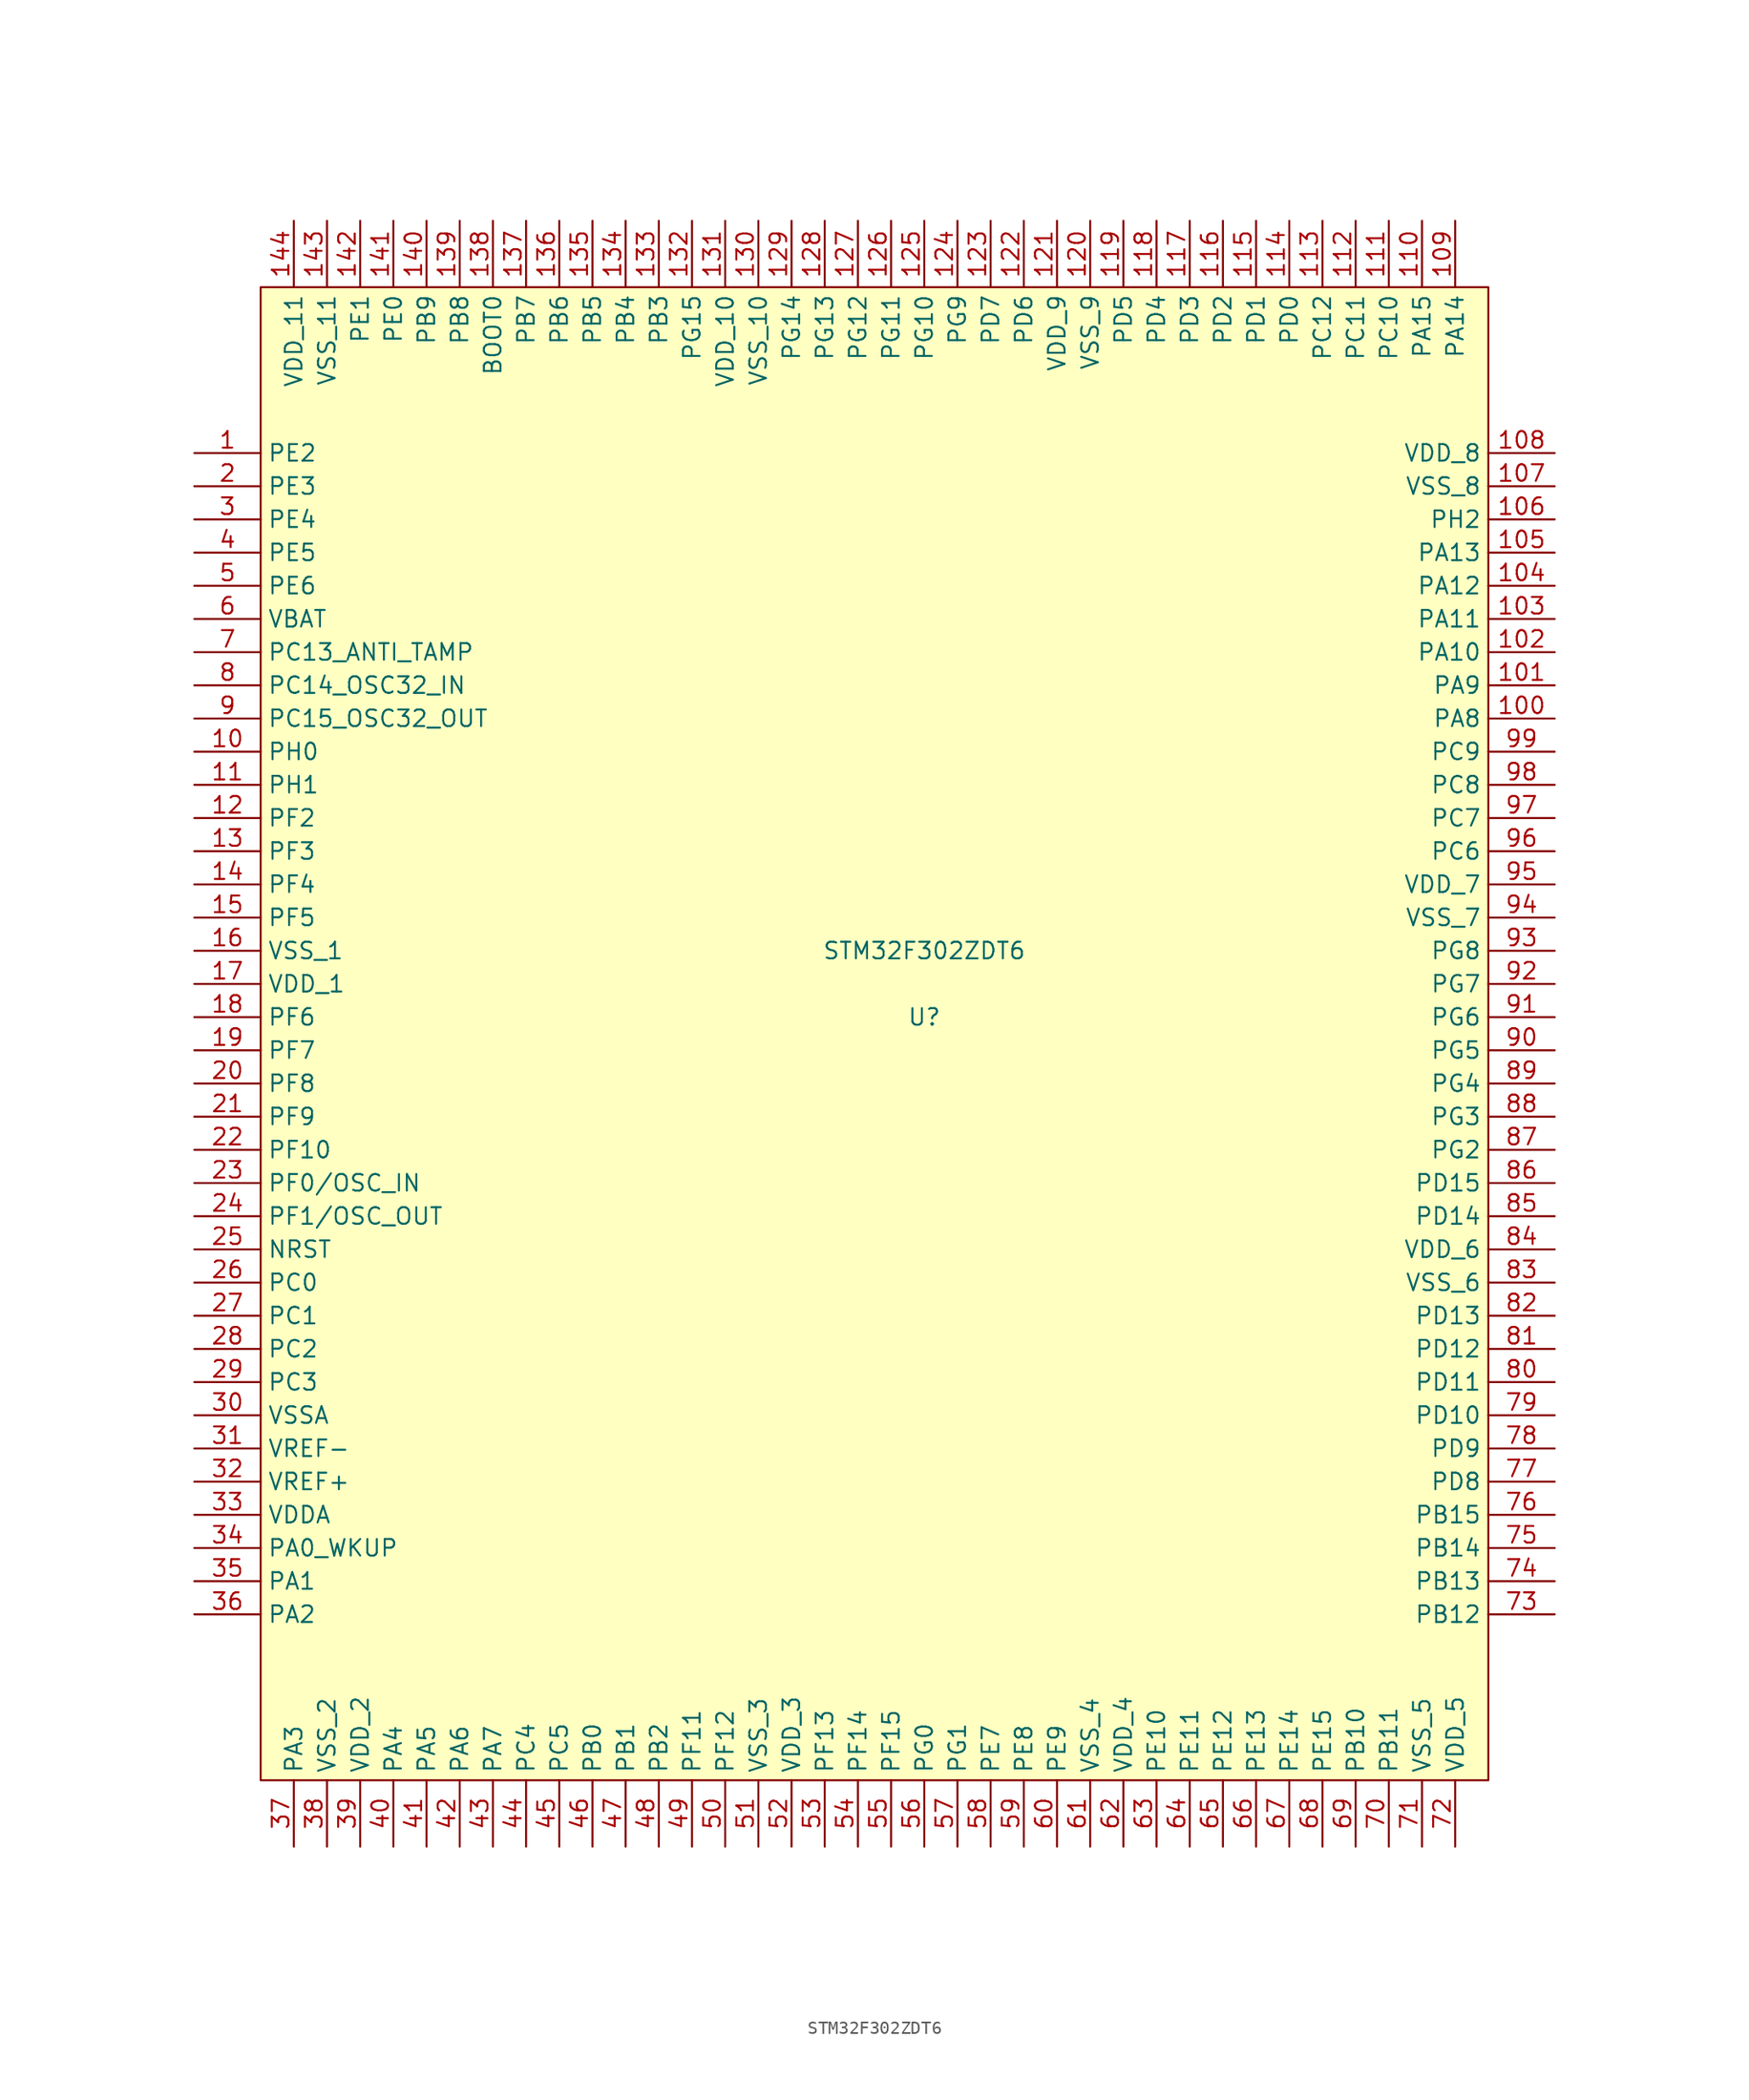
<source format=kicad_sym>
(kicad_symbol_lib
  (version 20201005)
  (generator kicad_symbol_editor)
  (symbol "Halfgelijders:STM32F302ZDT6"
    (property "Reference" "U"
      (at 0 0 0)
      (effects (font (size 1.27 1.27))))
    (property "Value" "STM32F302ZDT6"
      (at 0 5.08 0)
      (effects (font (size 1.27 1.27))))
    (symbol "STM32F302ZDT6_0_0"
      (pin passive line (at -55.88 43.18 0) (length 5.08) (name "PE2" (effects (font (size 1.27 1.27)))) (number "1" (effects (font (size 1.27 1.27)))))
      (pin passive line (at -55.88 20.32 0) (length 5.08) (name "PH0" (effects (font (size 1.27 1.27)))) (number "10" (effects (font (size 1.27 1.27)))))
      (pin passive line (at 48.26 22.86 180) (length 5.08) (name "PA8" (effects (font (size 1.27 1.27)))) (number "100" (effects (font (size 1.27 1.27)))))
      (pin passive line (at 48.26 25.4 180) (length 5.08) (name "PA9" (effects (font (size 1.27 1.27)))) (number "101" (effects (font (size 1.27 1.27)))))
      (pin passive line (at 48.26 27.94 180) (length 5.08) (name "PA10" (effects (font (size 1.27 1.27)))) (number "102" (effects (font (size 1.27 1.27)))))
      (pin passive line (at 48.26 30.48 180) (length 5.08) (name "PA11" (effects (font (size 1.27 1.27)))) (number "103" (effects (font (size 1.27 1.27)))))
      (pin passive line (at 48.26 33.02 180) (length 5.08) (name "PA12" (effects (font (size 1.27 1.27)))) (number "104" (effects (font (size 1.27 1.27)))))
      (pin passive line (at 48.26 35.56 180) (length 5.08) (name "PA13" (effects (font (size 1.27 1.27)))) (number "105" (effects (font (size 1.27 1.27)))))
      (pin passive line (at 48.26 38.1 180) (length 5.08) (name "PH2" (effects (font (size 1.27 1.27)))) (number "106" (effects (font (size 1.27 1.27)))))
      (pin passive line (at 48.26 40.64 180) (length 5.08) (name "VSS_8" (effects (font (size 1.27 1.27)))) (number "107" (effects (font (size 1.27 1.27)))))
      (pin passive line (at 48.26 43.18 180) (length 5.08) (name "VDD_8" (effects (font (size 1.27 1.27)))) (number "108" (effects (font (size 1.27 1.27)))))
      (pin passive line (at 40.64 60.96 270) (length 5.08) (name "PA14" (effects (font (size 1.27 1.27)))) (number "109" (effects (font (size 1.27 1.27)))))
      (pin passive line (at -55.88 17.78 0) (length 5.08) (name "PH1" (effects (font (size 1.27 1.27)))) (number "11" (effects (font (size 1.27 1.27)))))
      (pin passive line (at 38.1 60.96 270) (length 5.08) (name "PA15" (effects (font (size 1.27 1.27)))) (number "110" (effects (font (size 1.27 1.27)))))
      (pin passive line (at 35.56 60.96 270) (length 5.08) (name "PC10" (effects (font (size 1.27 1.27)))) (number "111" (effects (font (size 1.27 1.27)))))
      (pin passive line (at 33.02 60.96 270) (length 5.08) (name "PC11" (effects (font (size 1.27 1.27)))) (number "112" (effects (font (size 1.27 1.27)))))
      (pin passive line (at 30.48 60.96 270) (length 5.08) (name "PC12" (effects (font (size 1.27 1.27)))) (number "113" (effects (font (size 1.27 1.27)))))
      (pin passive line (at 27.94 60.96 270) (length 5.08) (name "PD0" (effects (font (size 1.27 1.27)))) (number "114" (effects (font (size 1.27 1.27)))))
      (pin passive line (at 25.4 60.96 270) (length 5.08) (name "PD1" (effects (font (size 1.27 1.27)))) (number "115" (effects (font (size 1.27 1.27)))))
      (pin passive line (at 22.86 60.96 270) (length 5.08) (name "PD2" (effects (font (size 1.27 1.27)))) (number "116" (effects (font (size 1.27 1.27)))))
      (pin passive line (at 20.32 60.96 270) (length 5.08) (name "PD3" (effects (font (size 1.27 1.27)))) (number "117" (effects (font (size 1.27 1.27)))))
      (pin passive line (at 17.78 60.96 270) (length 5.08) (name "PD4" (effects (font (size 1.27 1.27)))) (number "118" (effects (font (size 1.27 1.27)))))
      (pin passive line (at 15.24 60.96 270) (length 5.08) (name "PD5" (effects (font (size 1.27 1.27)))) (number "119" (effects (font (size 1.27 1.27)))))
      (pin passive line (at -55.88 15.24 0) (length 5.08) (name "PF2" (effects (font (size 1.27 1.27)))) (number "12" (effects (font (size 1.27 1.27)))))
      (pin passive line (at 12.7 60.96 270) (length 5.08) (name "VSS_9" (effects (font (size 1.27 1.27)))) (number "120" (effects (font (size 1.27 1.27)))))
      (pin passive line (at 10.16 60.96 270) (length 5.08) (name "VDD_9" (effects (font (size 1.27 1.27)))) (number "121" (effects (font (size 1.27 1.27)))))
      (pin passive line (at 7.62 60.96 270) (length 5.08) (name "PD6" (effects (font (size 1.27 1.27)))) (number "122" (effects (font (size 1.27 1.27)))))
      (pin passive line (at 5.08 60.96 270) (length 5.08) (name "PD7" (effects (font (size 1.27 1.27)))) (number "123" (effects (font (size 1.27 1.27)))))
      (pin passive line (at 2.54 60.96 270) (length 5.08) (name "PG9" (effects (font (size 1.27 1.27)))) (number "124" (effects (font (size 1.27 1.27)))))
      (pin passive line (at 0 60.96 270) (length 5.08) (name "PG10" (effects (font (size 1.27 1.27)))) (number "125" (effects (font (size 1.27 1.27)))))
      (pin passive line (at -2.54 60.96 270) (length 5.08) (name "PG11" (effects (font (size 1.27 1.27)))) (number "126" (effects (font (size 1.27 1.27)))))
      (pin passive line (at -5.08 60.96 270) (length 5.08) (name "PG12" (effects (font (size 1.27 1.27)))) (number "127" (effects (font (size 1.27 1.27)))))
      (pin passive line (at -7.62 60.96 270) (length 5.08) (name "PG13" (effects (font (size 1.27 1.27)))) (number "128" (effects (font (size 1.27 1.27)))))
      (pin passive line (at -10.16 60.96 270) (length 5.08) (name "PG14" (effects (font (size 1.27 1.27)))) (number "129" (effects (font (size 1.27 1.27)))))
      (pin passive line (at -55.88 12.7 0) (length 5.08) (name "PF3" (effects (font (size 1.27 1.27)))) (number "13" (effects (font (size 1.27 1.27)))))
      (pin passive line (at -12.7 60.96 270) (length 5.08) (name "VSS_10" (effects (font (size 1.27 1.27)))) (number "130" (effects (font (size 1.27 1.27)))))
      (pin passive line (at -15.24 60.96 270) (length 5.08) (name "VDD_10" (effects (font (size 1.27 1.27)))) (number "131" (effects (font (size 1.27 1.27)))))
      (pin passive line (at -17.78 60.96 270) (length 5.08) (name "PG15" (effects (font (size 1.27 1.27)))) (number "132" (effects (font (size 1.27 1.27)))))
      (pin passive line (at -20.32 60.96 270) (length 5.08) (name "PB3" (effects (font (size 1.27 1.27)))) (number "133" (effects (font (size 1.27 1.27)))))
      (pin passive line (at -22.86 60.96 270) (length 5.08) (name "PB4" (effects (font (size 1.27 1.27)))) (number "134" (effects (font (size 1.27 1.27)))))
      (pin passive line (at -25.4 60.96 270) (length 5.08) (name "PB5" (effects (font (size 1.27 1.27)))) (number "135" (effects (font (size 1.27 1.27)))))
      (pin passive line (at -27.94 60.96 270) (length 5.08) (name "PB6" (effects (font (size 1.27 1.27)))) (number "136" (effects (font (size 1.27 1.27)))))
      (pin passive line (at -30.48 60.96 270) (length 5.08) (name "PB7" (effects (font (size 1.27 1.27)))) (number "137" (effects (font (size 1.27 1.27)))))
      (pin passive line (at -33.02 60.96 270) (length 5.08) (name "BOOT0" (effects (font (size 1.27 1.27)))) (number "138" (effects (font (size 1.27 1.27)))))
      (pin passive line (at -35.56 60.96 270) (length 5.08) (name "PB8" (effects (font (size 1.27 1.27)))) (number "139" (effects (font (size 1.27 1.27)))))
      (pin passive line (at -55.88 10.16 0) (length 5.08) (name "PF4" (effects (font (size 1.27 1.27)))) (number "14" (effects (font (size 1.27 1.27)))))
      (pin passive line (at -38.1 60.96 270) (length 5.08) (name "PB9" (effects (font (size 1.27 1.27)))) (number "140" (effects (font (size 1.27 1.27)))))
      (pin passive line (at -40.64 60.96 270) (length 5.08) (name "PE0" (effects (font (size 1.27 1.27)))) (number "141" (effects (font (size 1.27 1.27)))))
      (pin passive line (at -43.18 60.96 270) (length 5.08) (name "PE1" (effects (font (size 1.27 1.27)))) (number "142" (effects (font (size 1.27 1.27)))))
      (pin passive line (at -45.72 60.96 270) (length 5.08) (name "VSS_11" (effects (font (size 1.27 1.27)))) (number "143" (effects (font (size 1.27 1.27)))))
      (pin passive line (at -48.26 60.96 270) (length 5.08) (name "VDD_11" (effects (font (size 1.27 1.27)))) (number "144" (effects (font (size 1.27 1.27)))))
      (pin passive line (at -55.88 7.62 0) (length 5.08) (name "PF5" (effects (font (size 1.27 1.27)))) (number "15" (effects (font (size 1.27 1.27)))))
      (pin passive line (at -55.88 5.08 0) (length 5.08) (name "VSS_1" (effects (font (size 1.27 1.27)))) (number "16" (effects (font (size 1.27 1.27)))))
      (pin passive line (at -55.88 2.54 0) (length 5.08) (name "VDD_1" (effects (font (size 1.27 1.27)))) (number "17" (effects (font (size 1.27 1.27)))))
      (pin passive line (at -55.88 0 0) (length 5.08) (name "PF6" (effects (font (size 1.27 1.27)))) (number "18" (effects (font (size 1.27 1.27)))))
      (pin passive line (at -55.88 -2.54 0) (length 5.08) (name "PF7" (effects (font (size 1.27 1.27)))) (number "19" (effects (font (size 1.27 1.27)))))
      (pin passive line (at -55.88 40.64 0) (length 5.08) (name "PE3" (effects (font (size 1.27 1.27)))) (number "2" (effects (font (size 1.27 1.27)))))
      (pin passive line (at -55.88 -5.08 0) (length 5.08) (name "PF8" (effects (font (size 1.27 1.27)))) (number "20" (effects (font (size 1.27 1.27)))))
      (pin passive line (at -55.88 -7.62 0) (length 5.08) (name "PF9" (effects (font (size 1.27 1.27)))) (number "21" (effects (font (size 1.27 1.27)))))
      (pin passive line (at -55.88 -10.16 0) (length 5.08) (name "PF10" (effects (font (size 1.27 1.27)))) (number "22" (effects (font (size 1.27 1.27)))))
      (pin passive line (at -55.88 -12.7 0) (length 5.08) (name "PF0/OSC_IN" (effects (font (size 1.27 1.27)))) (number "23" (effects (font (size 1.27 1.27)))))
      (pin passive line (at -55.88 -15.24 0) (length 5.08) (name "PF1/OSC_OUT" (effects (font (size 1.27 1.27)))) (number "24" (effects (font (size 1.27 1.27)))))
      (pin passive line (at -55.88 -17.78 0) (length 5.08) (name "NRST" (effects (font (size 1.27 1.27)))) (number "25" (effects (font (size 1.27 1.27)))))
      (pin passive line (at -55.88 -20.32 0) (length 5.08) (name "PC0" (effects (font (size 1.27 1.27)))) (number "26" (effects (font (size 1.27 1.27)))))
      (pin passive line (at -55.88 -22.86 0) (length 5.08) (name "PC1" (effects (font (size 1.27 1.27)))) (number "27" (effects (font (size 1.27 1.27)))))
      (pin passive line (at -55.88 -25.4 0) (length 5.08) (name "PC2" (effects (font (size 1.27 1.27)))) (number "28" (effects (font (size 1.27 1.27)))))
      (pin passive line (at -55.88 -27.94 0) (length 5.08) (name "PC3" (effects (font (size 1.27 1.27)))) (number "29" (effects (font (size 1.27 1.27)))))
      (pin passive line (at -55.88 38.1 0) (length 5.08) (name "PE4" (effects (font (size 1.27 1.27)))) (number "3" (effects (font (size 1.27 1.27)))))
      (pin passive line (at -55.88 -30.48 0) (length 5.08) (name "VSSA" (effects (font (size 1.27 1.27)))) (number "30" (effects (font (size 1.27 1.27)))))
      (pin passive line (at -55.88 -33.02 0) (length 5.08) (name "VREF-" (effects (font (size 1.27 1.27)))) (number "31" (effects (font (size 1.27 1.27)))))
      (pin passive line (at -55.88 -35.56 0) (length 5.08) (name "VREF+" (effects (font (size 1.27 1.27)))) (number "32" (effects (font (size 1.27 1.27)))))
      (pin passive line (at -55.88 -38.1 0) (length 5.08) (name "VDDA" (effects (font (size 1.27 1.27)))) (number "33" (effects (font (size 1.27 1.27)))))
      (pin passive line (at -55.88 -40.64 0) (length 5.08) (name "PA0_WKUP" (effects (font (size 1.27 1.27)))) (number "34" (effects (font (size 1.27 1.27)))))
      (pin passive line (at -55.88 -43.18 0) (length 5.08) (name "PA1" (effects (font (size 1.27 1.27)))) (number "35" (effects (font (size 1.27 1.27)))))
      (pin passive line (at -55.88 -45.72 0) (length 5.08) (name "PA2" (effects (font (size 1.27 1.27)))) (number "36" (effects (font (size 1.27 1.27)))))
      (pin passive line (at -48.26 -63.5 90) (length 5.08) (name "PA3" (effects (font (size 1.27 1.27)))) (number "37" (effects (font (size 1.27 1.27)))))
      (pin passive line (at -45.72 -63.5 90) (length 5.08) (name "VSS_2" (effects (font (size 1.27 1.27)))) (number "38" (effects (font (size 1.27 1.27)))))
      (pin passive line (at -43.18 -63.5 90) (length 5.08) (name "VDD_2" (effects (font (size 1.27 1.27)))) (number "39" (effects (font (size 1.27 1.27)))))
      (pin passive line (at -55.88 35.56 0) (length 5.08) (name "PE5" (effects (font (size 1.27 1.27)))) (number "4" (effects (font (size 1.27 1.27)))))
      (pin passive line (at -40.64 -63.5 90) (length 5.08) (name "PA4" (effects (font (size 1.27 1.27)))) (number "40" (effects (font (size 1.27 1.27)))))
      (pin passive line (at -38.1 -63.5 90) (length 5.08) (name "PA5" (effects (font (size 1.27 1.27)))) (number "41" (effects (font (size 1.27 1.27)))))
      (pin passive line (at -35.56 -63.5 90) (length 5.08) (name "PA6" (effects (font (size 1.27 1.27)))) (number "42" (effects (font (size 1.27 1.27)))))
      (pin passive line (at -33.02 -63.5 90) (length 5.08) (name "PA7" (effects (font (size 1.27 1.27)))) (number "43" (effects (font (size 1.27 1.27)))))
      (pin passive line (at -30.48 -63.5 90) (length 5.08) (name "PC4" (effects (font (size 1.27 1.27)))) (number "44" (effects (font (size 1.27 1.27)))))
      (pin passive line (at -27.94 -63.5 90) (length 5.08) (name "PC5" (effects (font (size 1.27 1.27)))) (number "45" (effects (font (size 1.27 1.27)))))
      (pin passive line (at -25.4 -63.5 90) (length 5.08) (name "PB0" (effects (font (size 1.27 1.27)))) (number "46" (effects (font (size 1.27 1.27)))))
      (pin passive line (at -22.86 -63.5 90) (length 5.08) (name "PB1" (effects (font (size 1.27 1.27)))) (number "47" (effects (font (size 1.27 1.27)))))
      (pin passive line (at -20.32 -63.5 90) (length 5.08) (name "PB2" (effects (font (size 1.27 1.27)))) (number "48" (effects (font (size 1.27 1.27)))))
      (pin passive line (at -17.78 -63.5 90) (length 5.08) (name "PF11" (effects (font (size 1.27 1.27)))) (number "49" (effects (font (size 1.27 1.27)))))
      (pin passive line (at -55.88 33.02 0) (length 5.08) (name "PE6" (effects (font (size 1.27 1.27)))) (number "5" (effects (font (size 1.27 1.27)))))
      (pin passive line (at -15.24 -63.5 90) (length 5.08) (name "PF12" (effects (font (size 1.27 1.27)))) (number "50" (effects (font (size 1.27 1.27)))))
      (pin passive line (at -12.7 -63.5 90) (length 5.08) (name "VSS_3" (effects (font (size 1.27 1.27)))) (number "51" (effects (font (size 1.27 1.27)))))
      (pin passive line (at -10.16 -63.5 90) (length 5.08) (name "VDD_3" (effects (font (size 1.27 1.27)))) (number "52" (effects (font (size 1.27 1.27)))))
      (pin passive line (at -7.62 -63.5 90) (length 5.08) (name "PF13" (effects (font (size 1.27 1.27)))) (number "53" (effects (font (size 1.27 1.27)))))
      (pin passive line (at -5.08 -63.5 90) (length 5.08) (name "PF14" (effects (font (size 1.27 1.27)))) (number "54" (effects (font (size 1.27 1.27)))))
      (pin passive line (at -2.54 -63.5 90) (length 5.08) (name "PF15" (effects (font (size 1.27 1.27)))) (number "55" (effects (font (size 1.27 1.27)))))
      (pin passive line (at 0 -63.5 90) (length 5.08) (name "PG0" (effects (font (size 1.27 1.27)))) (number "56" (effects (font (size 1.27 1.27)))))
      (pin passive line (at 2.54 -63.5 90) (length 5.08) (name "PG1" (effects (font (size 1.27 1.27)))) (number "57" (effects (font (size 1.27 1.27)))))
      (pin passive line (at 5.08 -63.5 90) (length 5.08) (name "PE7" (effects (font (size 1.27 1.27)))) (number "58" (effects (font (size 1.27 1.27)))))
      (pin passive line (at 7.62 -63.5 90) (length 5.08) (name "PE8" (effects (font (size 1.27 1.27)))) (number "59" (effects (font (size 1.27 1.27)))))
      (pin passive line (at -55.88 30.48 0) (length 5.08) (name "VBAT" (effects (font (size 1.27 1.27)))) (number "6" (effects (font (size 1.27 1.27)))))
      (pin passive line (at 10.16 -63.5 90) (length 5.08) (name "PE9" (effects (font (size 1.27 1.27)))) (number "60" (effects (font (size 1.27 1.27)))))
      (pin passive line (at 12.7 -63.5 90) (length 5.08) (name "VSS_4" (effects (font (size 1.27 1.27)))) (number "61" (effects (font (size 1.27 1.27)))))
      (pin passive line (at 15.24 -63.5 90) (length 5.08) (name "VDD_4" (effects (font (size 1.27 1.27)))) (number "62" (effects (font (size 1.27 1.27)))))
      (pin passive line (at 17.78 -63.5 90) (length 5.08) (name "PE10" (effects (font (size 1.27 1.27)))) (number "63" (effects (font (size 1.27 1.27)))))
      (pin passive line (at 20.32 -63.5 90) (length 5.08) (name "PE11" (effects (font (size 1.27 1.27)))) (number "64" (effects (font (size 1.27 1.27)))))
      (pin passive line (at 22.86 -63.5 90) (length 5.08) (name "PE12" (effects (font (size 1.27 1.27)))) (number "65" (effects (font (size 1.27 1.27)))))
      (pin passive line (at 25.4 -63.5 90) (length 5.08) (name "PE13" (effects (font (size 1.27 1.27)))) (number "66" (effects (font (size 1.27 1.27)))))
      (pin passive line (at 27.94 -63.5 90) (length 5.08) (name "PE14" (effects (font (size 1.27 1.27)))) (number "67" (effects (font (size 1.27 1.27)))))
      (pin passive line (at 30.48 -63.5 90) (length 5.08) (name "PE15" (effects (font (size 1.27 1.27)))) (number "68" (effects (font (size 1.27 1.27)))))
      (pin passive line (at 33.02 -63.5 90) (length 5.08) (name "PB10" (effects (font (size 1.27 1.27)))) (number "69" (effects (font (size 1.27 1.27)))))
      (pin passive line (at -55.88 27.94 0) (length 5.08) (name "PC13_ANTI_TAMP" (effects (font (size 1.27 1.27)))) (number "7" (effects (font (size 1.27 1.27)))))
      (pin passive line (at 35.56 -63.5 90) (length 5.08) (name "PB11" (effects (font (size 1.27 1.27)))) (number "70" (effects (font (size 1.27 1.27)))))
      (pin passive line (at 38.1 -63.5 90) (length 5.08) (name "VSS_5" (effects (font (size 1.27 1.27)))) (number "71" (effects (font (size 1.27 1.27)))))
      (pin passive line (at 40.64 -63.5 90) (length 5.08) (name "VDD_5" (effects (font (size 1.27 1.27)))) (number "72" (effects (font (size 1.27 1.27)))))
      (pin passive line (at 48.26 -45.72 180) (length 5.08) (name "PB12" (effects (font (size 1.27 1.27)))) (number "73" (effects (font (size 1.27 1.27)))))
      (pin passive line (at 48.26 -43.18 180) (length 5.08) (name "PB13" (effects (font (size 1.27 1.27)))) (number "74" (effects (font (size 1.27 1.27)))))
      (pin passive line (at 48.26 -40.64 180) (length 5.08) (name "PB14" (effects (font (size 1.27 1.27)))) (number "75" (effects (font (size 1.27 1.27)))))
      (pin passive line (at 48.26 -38.1 180) (length 5.08) (name "PB15" (effects (font (size 1.27 1.27)))) (number "76" (effects (font (size 1.27 1.27)))))
      (pin passive line (at 48.26 -35.56 180) (length 5.08) (name "PD8" (effects (font (size 1.27 1.27)))) (number "77" (effects (font (size 1.27 1.27)))))
      (pin passive line (at 48.26 -33.02 180) (length 5.08) (name "PD9" (effects (font (size 1.27 1.27)))) (number "78" (effects (font (size 1.27 1.27)))))
      (pin passive line (at 48.26 -30.48 180) (length 5.08) (name "PD10" (effects (font (size 1.27 1.27)))) (number "79" (effects (font (size 1.27 1.27)))))
      (pin passive line (at -55.88 25.4 0) (length 5.08) (name "PC14_OSC32_IN" (effects (font (size 1.27 1.27)))) (number "8" (effects (font (size 1.27 1.27)))))
      (pin passive line (at 48.26 -27.94 180) (length 5.08) (name "PD11" (effects (font (size 1.27 1.27)))) (number "80" (effects (font (size 1.27 1.27)))))
      (pin passive line (at 48.26 -25.4 180) (length 5.08) (name "PD12" (effects (font (size 1.27 1.27)))) (number "81" (effects (font (size 1.27 1.27)))))
      (pin passive line (at 48.26 -22.86 180) (length 5.08) (name "PD13" (effects (font (size 1.27 1.27)))) (number "82" (effects (font (size 1.27 1.27)))))
      (pin passive line (at 48.26 -20.32 180) (length 5.08) (name "VSS_6" (effects (font (size 1.27 1.27)))) (number "83" (effects (font (size 1.27 1.27)))))
      (pin passive line (at 48.26 -17.78 180) (length 5.08) (name "VDD_6" (effects (font (size 1.27 1.27)))) (number "84" (effects (font (size 1.27 1.27)))))
      (pin passive line (at 48.26 -15.24 180) (length 5.08) (name "PD14" (effects (font (size 1.27 1.27)))) (number "85" (effects (font (size 1.27 1.27)))))
      (pin passive line (at 48.26 -12.7 180) (length 5.08) (name "PD15" (effects (font (size 1.27 1.27)))) (number "86" (effects (font (size 1.27 1.27)))))
      (pin passive line (at 48.26 -10.16 180) (length 5.08) (name "PG2" (effects (font (size 1.27 1.27)))) (number "87" (effects (font (size 1.27 1.27)))))
      (pin passive line (at 48.26 -7.62 180) (length 5.08) (name "PG3" (effects (font (size 1.27 1.27)))) (number "88" (effects (font (size 1.27 1.27)))))
      (pin passive line (at 48.26 -5.08 180) (length 5.08) (name "PG4" (effects (font (size 1.27 1.27)))) (number "89" (effects (font (size 1.27 1.27)))))
      (pin passive line (at -55.88 22.86 0) (length 5.08) (name "PC15_OSC32_OUT" (effects (font (size 1.27 1.27)))) (number "9" (effects (font (size 1.27 1.27)))))
      (pin passive line (at 48.26 -2.54 180) (length 5.08) (name "PG5" (effects (font (size 1.27 1.27)))) (number "90" (effects (font (size 1.27 1.27)))))
      (pin passive line (at 48.26 0 180) (length 5.08) (name "PG6" (effects (font (size 1.27 1.27)))) (number "91" (effects (font (size 1.27 1.27)))))
      (pin passive line (at 48.26 2.54 180) (length 5.08) (name "PG7" (effects (font (size 1.27 1.27)))) (number "92" (effects (font (size 1.27 1.27)))))
      (pin passive line (at 48.26 5.08 180) (length 5.08) (name "PG8" (effects (font (size 1.27 1.27)))) (number "93" (effects (font (size 1.27 1.27)))))
      (pin passive line (at 48.26 7.62 180) (length 5.08) (name "VSS_7" (effects (font (size 1.27 1.27)))) (number "94" (effects (font (size 1.27 1.27)))))
      (pin passive line (at 48.26 10.16 180) (length 5.08) (name "VDD_7" (effects (font (size 1.27 1.27)))) (number "95" (effects (font (size 1.27 1.27)))))
      (pin passive line (at 48.26 12.7 180) (length 5.08) (name "PC6" (effects (font (size 1.27 1.27)))) (number "96" (effects (font (size 1.27 1.27)))))
      (pin passive line (at 48.26 15.24 180) (length 5.08) (name "PC7" (effects (font (size 1.27 1.27)))) (number "97" (effects (font (size 1.27 1.27)))))
      (pin passive line (at 48.26 17.78 180) (length 5.08) (name "PC8" (effects (font (size 1.27 1.27)))) (number "98" (effects (font (size 1.27 1.27)))))
      (pin passive line (at 48.26 20.32 180) (length 5.08) (name "PC9" (effects (font (size 1.27 1.27)))) (number "99" (effects (font (size 1.27 1.27))))))
    (symbol "STM32F302ZDT6_0_1"
      (polyline (pts (xy -50.8 55.88) (xy 43.18 55.88) (xy 43.18 -58.42) (xy -50.8 -58.42) (xy -50.8 55.88)) (stroke (width 0.152)) (fill (type background))))))
</source>
